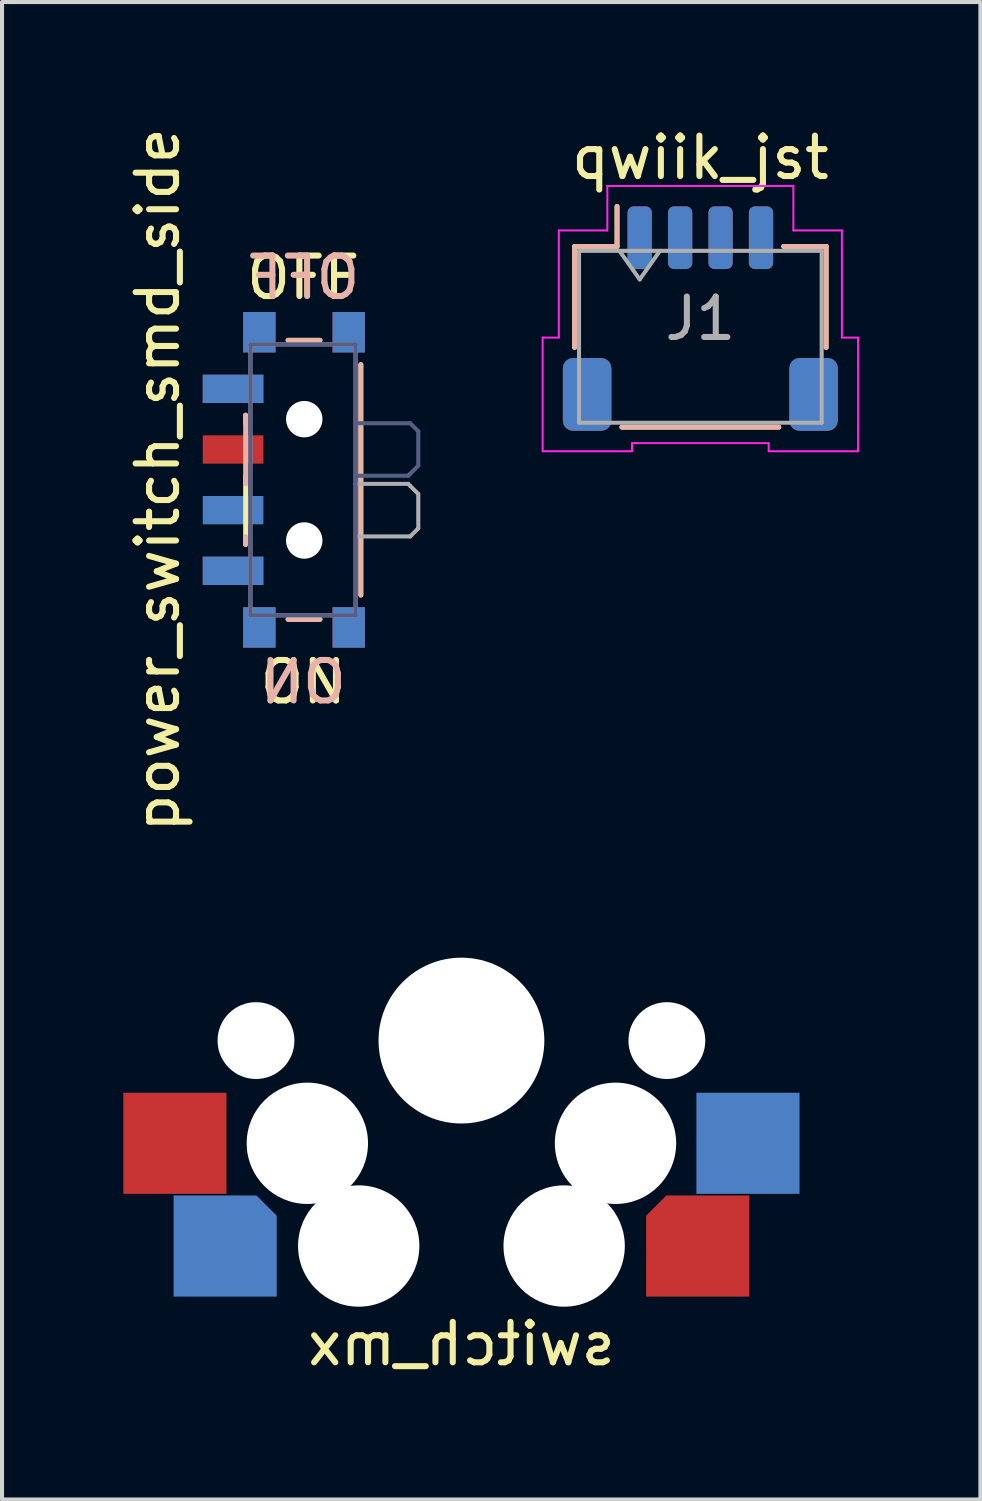
<source format=kicad_pcb>
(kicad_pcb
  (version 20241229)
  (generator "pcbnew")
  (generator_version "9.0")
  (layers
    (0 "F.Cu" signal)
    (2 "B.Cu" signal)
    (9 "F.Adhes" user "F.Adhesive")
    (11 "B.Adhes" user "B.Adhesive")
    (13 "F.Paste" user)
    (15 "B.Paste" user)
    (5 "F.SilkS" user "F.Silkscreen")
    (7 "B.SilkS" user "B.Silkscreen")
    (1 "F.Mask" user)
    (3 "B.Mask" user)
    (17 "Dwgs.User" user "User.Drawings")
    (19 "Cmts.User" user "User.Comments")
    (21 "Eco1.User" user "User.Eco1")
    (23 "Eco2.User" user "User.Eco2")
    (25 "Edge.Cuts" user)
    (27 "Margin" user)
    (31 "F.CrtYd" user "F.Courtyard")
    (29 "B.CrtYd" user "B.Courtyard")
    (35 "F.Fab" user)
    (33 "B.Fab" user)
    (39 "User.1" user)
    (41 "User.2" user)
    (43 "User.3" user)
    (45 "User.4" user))
  (footprint "switch_mx"
    (layer "F.Cu")
    (at 8.36 22.681)
    (property "Reference" "switch_mx" (at 0 7.5 0) (layer "F.SilkS") (effects (font (size 1 1) (thickness 0.15)) (justify mirror)))
    (pad "" np_thru_hole circle (at -5.08 0) (size 1.9 1.9) (drill 1.9) (layers "*.Cu" "*.Mask"))
    (pad "" np_thru_hole circle (at -3.81 2.54) (size 3 3) (drill 3) (layers "*.Cu" "*.Mask"))
    (pad "" np_thru_hole circle (at -2.54 5.08) (size 3 3) (drill 3) (layers "*.Cu" "*.Mask"))
    (pad "" np_thru_hole circle (at 0 0) (size 4.1 4.1) (drill 4.1) (layers "*.Cu" "*.Mask"))
    (pad "" np_thru_hole circle (at 2.54 5.08) (size 3 3) (drill 3) (layers "*.Cu" "*.Mask"))
    (pad "" np_thru_hole circle (at 3.81 2.54) (size 3 3) (drill 3) (layers "*.Cu" "*.Mask"))
    (pad "" np_thru_hole circle (at 5.08 0) (size 1.9 1.9) (drill 1.9) (layers "*.Cu" "*.Mask"))
    (pad "1" smd rect (at -7.085 2.54) (size 2.55 2.5) (layers "F.Cu" "F.Mask" "F.Paste"))
    (pad "1" smd rect (at 7.085 2.54) (size 2.55 2.5) (layers "B.Cu" "B.Mask" "B.Paste"))
    (pad "2" smd roundrect (at -5.842 5.08) (size 2.55 2.5) (layers "B.Cu" "B.Mask" "B.Paste") (roundrect_rratio 0) (chamfer_ratio 0.2) (chamfer top_right))
    (pad "2" smd roundrect (at 5.842 5.08) (size 2.55 2.5) (layers "F.Cu" "F.Mask" "F.Paste") (roundrect_rratio 0) (chamfer_ratio 0.2) (chamfer top_left)))
  (footprint "power_switch_smd_side"
    (layer "F.Cu")
    (at 4.448 8.815)
    (property "Reference" "power_switch_smd_side" (at -3.6 -0.000001 270) (layer "F.SilkS") (effects (font (size 1 1) (thickness 0.15))))
    (attr smd)
    (fp_line (start -1.425 -1.4) (end -1.425 -1.6) (stroke (width 0.12) (type solid)) (layer "F.SilkS"))
    (fp_line (start -1.425 1.6) (end -1.425 -0.1) (stroke (width 0.12) (type solid)) (layer "F.SilkS"))
    (fp_line (start -0.375 3.45) (end 0.415 3.45) (stroke (width 0.12) (type solid)) (layer "F.SilkS"))
    (fp_line (start 0.415 -3.45) (end -0.375 -3.45) (stroke (width 0.12) (type solid)) (layer "F.SilkS"))
    (fp_line (start 1.425 2.85) (end 1.425 -2.85) (stroke (width 0.12) (type solid)) (layer "F.SilkS"))
    (fp_line (start -1.425 -1.6) (end -1.425 0.1) (stroke (width 0.12) (type solid)) (layer "B.SilkS"))
    (fp_line (start -1.425 1.4) (end -1.425 1.6) (stroke (width 0.12) (type solid)) (layer "B.SilkS"))
    (fp_line (start -0.375 -3.45) (end 0.415 -3.45) (stroke (width 0.12) (type solid)) (layer "B.SilkS"))
    (fp_line (start 0.415 3.45) (end -0.375 3.45) (stroke (width 0.12) (type solid)) (layer "B.SilkS"))
    (fp_line (start 1.425 -2.85) (end 1.425 2.85) (stroke (width 0.12) (type solid)) (layer "B.SilkS"))
    (fp_line (start -1.305 -3.35) (end 1.295 -3.35) (stroke (width 0.1) (type solid)) (layer "B.Fab"))
    (fp_line (start -1.305 3.35) (end -1.305 -3.35) (stroke (width 0.1) (type solid)) (layer "B.Fab"))
    (fp_line (start 1.295 -3.35) (end 1.295 3.35) (stroke (width 0.1) (type solid)) (layer "B.Fab"))
    (fp_line (start 1.295 3.35) (end -1.305 3.35) (stroke (width 0.1) (type solid)) (layer "B.Fab"))
    (fp_line (start 1.345 -1.4) (end 2.645 -1.4) (stroke (width 0.1) (type solid)) (layer "B.Fab"))
    (fp_line (start 2.595 -0.1) (end 1.295 -0.1) (stroke (width 0.1) (type solid)) (layer "B.Fab"))
    (fp_line (start 2.645 -1.4) (end 2.845 -1.2) (stroke (width 0.1) (type solid)) (layer "B.Fab"))
    (fp_line (start 2.645 -0.15) (end 2.595 -0.1) (stroke (width 0.1) (type solid)) (layer "B.Fab"))
    (fp_line (start 2.845 -0.35) (end 2.645 -0.15) (stroke (width 0.1) (type solid)) (layer "B.Fab"))
    (fp_line (start 2.845 -1.2) (end 2.845 -0.35) (stroke (width 0.1) (type solid)) (layer "B.Fab"))
    (fp_line (start -1.305 -3.35) (end -1.305 3.35) (stroke (width 0.1) (type solid)) (layer "F.Fab"))
    (fp_line (start -1.305 3.35) (end 1.295 3.35) (stroke (width 0.1) (type solid)) (layer "F.Fab"))
    (fp_line (start 1.295 -3.35) (end -1.305 -3.35) (stroke (width 0.1) (type solid)) (layer "F.Fab"))
    (fp_line (start 1.295 3.35) (end 1.295 -3.35) (stroke (width 0.1) (type solid)) (layer "F.Fab"))
    (fp_line (start 1.345 1.4) (end 2.645 1.4) (stroke (width 0.1) (type solid)) (layer "F.Fab"))
    (fp_line (start 2.595 0.1) (end 1.295 0.1) (stroke (width 0.1) (type solid)) (layer "F.Fab"))
    (fp_line (start 2.645 0.15) (end 2.595 0.1) (stroke (width 0.1) (type solid)) (layer "F.Fab"))
    (fp_line (start 2.645 1.4) (end 2.845 1.2) (stroke (width 0.1) (type solid)) (layer "F.Fab"))
    (fp_line (start 2.845 1.2) (end 2.845 0.35) (stroke (width 0.1) (type solid)) (layer "F.Fab"))
    (fp_line (start 2.845 0.35) (end 2.645 0.15) (stroke (width 0.1) (type solid)) (layer "F.Fab"))
    (fp_text user "OFF" (at -0.000001 -5 180) (layer "F.SilkS") (effects (font (size 1 1) (thickness 0.15))))
    (fp_text user "ON" (at 0.000001 5 180) (layer "F.SilkS") (effects (font (size 1 1) (thickness 0.15))))
    (fp_text user "ON" (at 0.000001 5 180) (layer "B.SilkS") (effects (font (size 1 1) (thickness 0.15)) (justify mirror)))
    (fp_text user "OFF" (at -0.000001 -5 180) (layer "B.SilkS") (effects (font (size 1 1) (thickness 0.15)) (justify mirror)))
    (pad "" smd rect (at -1.085 -3.65 90) (size 1 0.8) (layers "F.Cu" "F.Mask" "F.Paste"))
    (pad "" smd rect (at -1.085 -3.65 270) (size 1 0.8) (layers "B.Cu" "B.Mask" "B.Paste"))
    (pad "" smd rect (at -1.085 3.65 90) (size 1 0.8) (layers "F.Cu" "F.Mask" "F.Paste"))
    (pad "" smd rect (at -1.085 3.65 270) (size 1 0.8) (layers "B.Cu" "B.Mask" "B.Paste"))
    (pad "" np_thru_hole circle (at 0.025 -1.5 90) (size 0.9 0.9) (drill 0.9) (layers "*.Cu" "*.Mask"))
    (pad "" np_thru_hole circle (at 0.025 1.5 90) (size 0.9 0.9) (drill 0.9) (layers "*.Cu" "*.Mask"))
    (pad "" smd rect (at 1.125 3.65 90) (size 1 0.8) (layers "F.Cu" "F.Mask" "F.Paste"))
    (pad "" smd rect (at 1.125 3.65 270) (size 1 0.8) (layers "B.Cu" "B.Mask" "B.Paste"))
    (pad "" smd rect (at 1.125 -3.65 90) (size 1 0.8) (layers "F.Cu" "F.Mask" "F.Paste"))
    (pad "" smd rect (at 1.125 -3.65 270) (size 1 0.8) (layers "B.Cu" "B.Mask" "B.Paste"))
    (pad "1" smd rect (at -1.735 -2.25 270) (size 0.7 1.5) (layers "B.Cu" "B.Mask" "B.Paste"))
    (pad "1" smd rect (at -1.735 2.25 90) (size 0.7 1.5) (layers "F.Cu" "F.Mask" "F.Paste"))
    (pad "2" smd rect (at -1.735 -0.75 90) (size 0.7 1.5) (layers "F.Cu" "F.Mask" "F.Paste"))
    (pad "2" smd rect (at -1.735 0.75 270) (size 0.7 1.5) (layers "B.Cu" "B.Mask" "B.Paste"))
    (pad "3" smd rect (at -1.735 -2.25 90) (size 0.7 1.5) (layers "F.Cu" "F.Mask" "F.Paste"))
    (pad "3" smd rect (at -1.735 2.25 270) (size 0.7 1.5) (layers "B.Cu" "B.Mask" "B.Paste")))
  (footprint "qwiik_jst"
    (layer "F.Cu")
    (at 14.268 4.828)
    (property "Reference" "qwiik_jst" (at 0 -3.98 0) (layer "F.SilkS") (effects (font (size 1 1) (thickness 0.15))))
    (attr smd)
    (fp_line (start -3.11 -1.785) (end -2.06 -1.785) (stroke (width 0.12) (type solid)) (layer "F.SilkS"))
    (fp_line (start -3.11 0.715) (end -3.11 -1.785) (stroke (width 0.12) (type solid)) (layer "F.SilkS"))
    (fp_line (start -2.06 -1.785) (end -2.06 -2.775) (stroke (width 0.12) (type solid)) (layer "F.SilkS"))
    (fp_line (start -1.94 2.685) (end 1.94 2.685) (stroke (width 0.12) (type solid)) (layer "F.SilkS"))
    (fp_line (start 3.11 -1.785) (end 2.06 -1.785) (stroke (width 0.12) (type solid)) (layer "F.SilkS"))
    (fp_line (start 3.11 0.715) (end 3.11 -1.785) (stroke (width 0.12) (type solid)) (layer "F.SilkS"))
    (fp_line (start -3.11 -1.785) (end -2.06 -1.785) (stroke (width 0.12) (type solid)) (layer "B.SilkS"))
    (fp_line (start -3.11 0.715) (end -3.11 -1.785) (stroke (width 0.12) (type solid)) (layer "B.SilkS"))
    (fp_line (start -2.06 -1.785) (end -2.06 -2.775) (stroke (width 0.12) (type solid)) (layer "B.SilkS"))
    (fp_line (start -1.94 2.685) (end 1.94 2.685) (stroke (width 0.12) (type solid)) (layer "B.SilkS"))
    (fp_line (start 3.11 -1.785) (end 2.06 -1.785) (stroke (width 0.12) (type solid)) (layer "B.SilkS"))
    (fp_line (start 3.11 0.715) (end 3.11 -1.785) (stroke (width 0.12) (type solid)) (layer "B.SilkS"))
    (fp_line (start -3.9 0.47) (end -3.5 0.47) (stroke (width 0.05) (type solid)) (layer "F.CrtYd"))
    (fp_line (start -3.9 3.28) (end -3.9 0.47) (stroke (width 0.05) (type solid)) (layer "F.CrtYd"))
    (fp_line (start -3.5 -2.18) (end -2.3 -2.18) (stroke (width 0.05) (type solid)) (layer "F.CrtYd"))
    (fp_line (start -3.5 0.47) (end -3.5 -2.18) (stroke (width 0.05) (type solid)) (layer "F.CrtYd"))
    (fp_line (start -2.3 -3.28) (end 2.3 -3.28) (stroke (width 0.05) (type solid)) (layer "F.CrtYd"))
    (fp_line (start -2.3 -2.18) (end -2.3 -3.28) (stroke (width 0.05) (type solid)) (layer "F.CrtYd"))
    (fp_line (start -1.69 3.08) (end -1.69 3.28) (stroke (width 0.05) (type solid)) (layer "F.CrtYd"))
    (fp_line (start -1.69 3.28) (end -3.9 3.28) (stroke (width 0.05) (type solid)) (layer "F.CrtYd"))
    (fp_line (start 1.69 3.08) (end -1.69 3.08) (stroke (width 0.05) (type solid)) (layer "F.CrtYd"))
    (fp_line (start 1.69 3.28) (end 1.69 3.08) (stroke (width 0.05) (type solid)) (layer "F.CrtYd"))
    (fp_line (start 2.3 -3.28) (end 2.3 -2.18) (stroke (width 0.05) (type solid)) (layer "F.CrtYd"))
    (fp_line (start 2.3 -2.18) (end 3.5 -2.18) (stroke (width 0.05) (type solid)) (layer "F.CrtYd"))
    (fp_line (start 3.5 -2.18) (end 3.5 0.47) (stroke (width 0.05) (type solid)) (layer "F.CrtYd"))
    (fp_line (start 3.5 0.47) (end 3.9 0.47) (stroke (width 0.05) (type solid)) (layer "F.CrtYd"))
    (fp_line (start 3.9 0.47) (end 3.9 3.28) (stroke (width 0.05) (type solid)) (layer "F.CrtYd"))
    (fp_line (start 3.9 3.28) (end 1.69 3.28) (stroke (width 0.05) (type solid)) (layer "F.CrtYd"))
    (fp_line (start -3 -1.675) (end -3 2.575) (stroke (width 0.1) (type solid)) (layer "F.Fab"))
    (fp_line (start -3 -1.675) (end 3 -1.675) (stroke (width 0.1) (type solid)) (layer "F.Fab"))
    (fp_line (start -3 2.575) (end 3 2.575) (stroke (width 0.1) (type solid)) (layer "F.Fab"))
    (fp_line (start -2 -1.675) (end -1.5 -0.968) (stroke (width 0.1) (type solid)) (layer "F.Fab"))
    (fp_line (start -1.5 -0.968) (end -1 -1.675) (stroke (width 0.1) (type solid)) (layer "F.Fab"))
    (fp_line (start 3 -1.675) (end 3 2.575) (stroke (width 0.1) (type solid)) (layer "F.Fab"))
    (fp_text user "J1" (at 0 0 0) (layer "F.Fab") (effects (font (size 1 1) (thickness 0.15))))
    (pad "1" smd roundrect (at -1.5 -2) (size 0.6 1.55) (layers "F.Cu" "F.Mask" "F.Paste") (roundrect_rratio 0.25))
    (pad "1" smd roundrect (at -1.5 -2) (size 0.6 1.55) (layers "B.Cu" "B.Mask" "B.Paste") (roundrect_rratio 0.25))
    (pad "2" smd roundrect (at -0.5 -2) (size 0.6 1.55) (layers "F.Cu" "F.Mask" "F.Paste") (roundrect_rratio 0.25))
    (pad "2" smd roundrect (at -0.5 -2) (size 0.6 1.55) (layers "B.Cu" "B.Mask" "B.Paste") (roundrect_rratio 0.25))
    (pad "3" smd roundrect (at 0.5 -2) (size 0.6 1.55) (layers "F.Cu" "F.Mask" "F.Paste") (roundrect_rratio 0.25))
    (pad "3" smd roundrect (at 0.5 -2) (size 0.6 1.55) (layers "B.Cu" "B.Mask" "B.Paste") (roundrect_rratio 0.25))
    (pad "4" smd roundrect (at 1.5 -2) (size 0.6 1.55) (layers "F.Cu" "F.Mask" "F.Paste") (roundrect_rratio 0.25))
    (pad "4" smd roundrect (at 1.5 -2) (size 0.6 1.55) (layers "B.Cu" "B.Mask" "B.Paste") (roundrect_rratio 0.25))
    (pad "MP" smd roundrect (at -2.8 1.875) (size 1.2 1.8) (layers "F.Cu" "F.Mask" "F.Paste") (roundrect_rratio 0.208))
    (pad "MP" smd roundrect (at -2.8 1.875) (size 1.2 1.8) (layers "B.Cu" "B.Mask" "B.Paste") (roundrect_rratio 0.208))
    (pad "MP" smd roundrect (at 2.8 1.875) (size 1.2 1.8) (layers "F.Cu" "F.Mask" "F.Paste") (roundrect_rratio 0.208))
    (pad "MP" smd roundrect (at 2.8 1.875) (size 1.2 1.8) (layers "B.Cu" "B.Mask" "B.Paste") (roundrect_rratio 0.208)))
  (gr_rect
    (start -3 -3)
    (end 21.193 34.029)
    (stroke (width 0.1) (type default))
    (fill no)
    (layer "Edge.Cuts")))
</source>
